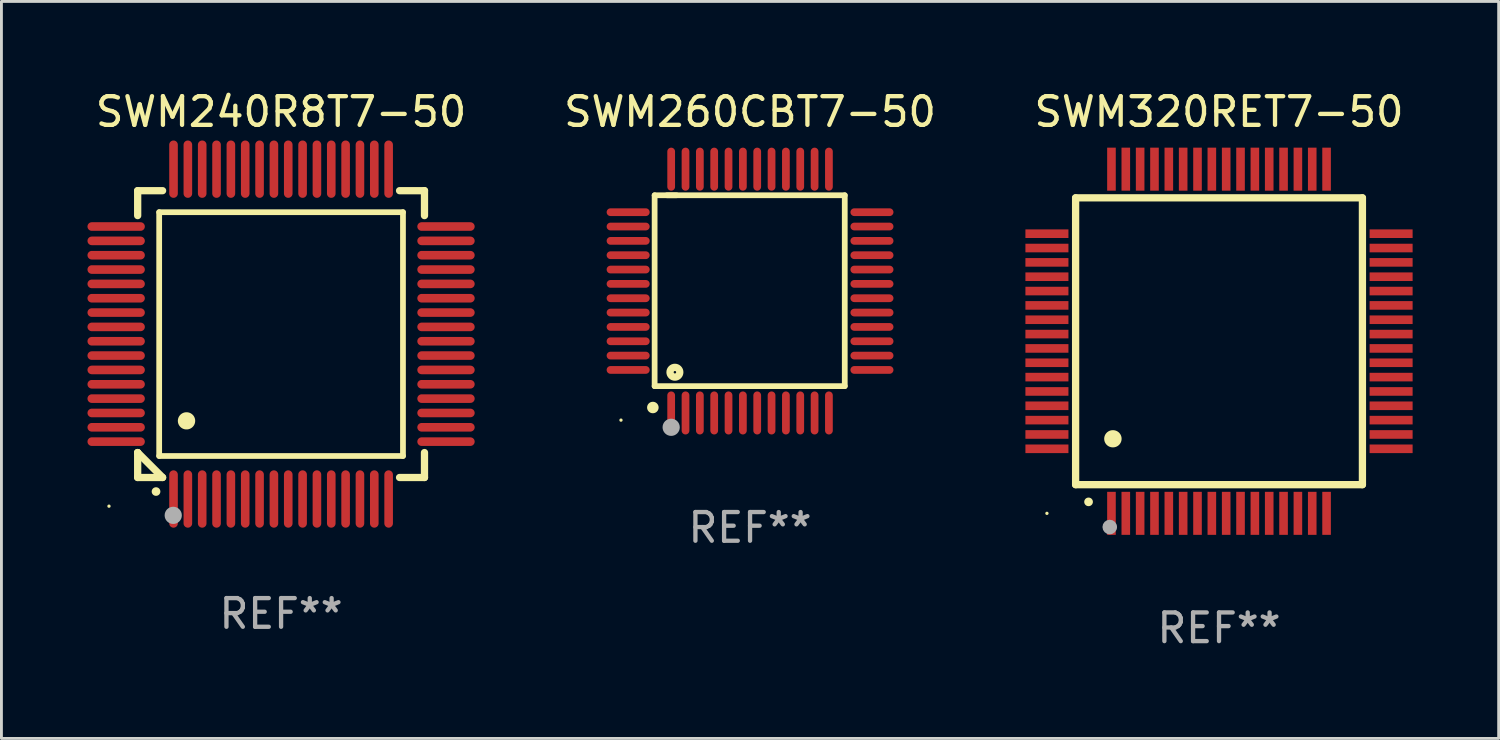
<source format=kicad_pcb>
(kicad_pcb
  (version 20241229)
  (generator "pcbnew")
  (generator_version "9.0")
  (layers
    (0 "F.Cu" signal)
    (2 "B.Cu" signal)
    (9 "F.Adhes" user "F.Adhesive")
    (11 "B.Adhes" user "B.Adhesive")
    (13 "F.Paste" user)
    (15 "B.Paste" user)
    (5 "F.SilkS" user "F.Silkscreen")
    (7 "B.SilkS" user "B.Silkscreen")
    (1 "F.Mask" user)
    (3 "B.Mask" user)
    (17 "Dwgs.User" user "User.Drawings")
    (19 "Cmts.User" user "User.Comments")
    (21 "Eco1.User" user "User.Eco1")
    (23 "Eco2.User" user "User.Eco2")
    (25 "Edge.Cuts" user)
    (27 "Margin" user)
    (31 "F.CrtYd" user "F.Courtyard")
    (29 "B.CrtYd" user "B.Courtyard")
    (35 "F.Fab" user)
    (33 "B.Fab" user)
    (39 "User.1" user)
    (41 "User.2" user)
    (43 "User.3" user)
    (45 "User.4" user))
  (footprint "SWM260CBT7-50"
    (layer "F.Cu")
    (at 23.101 7.098)
    (property "Reference" "SWM260CBT7-50" (at 0 -6.25 0) (layer "F.SilkS") (effects (font (size 1 1) (thickness 0.15))))
    (attr through_hole)
    (fp_line (start -3.327 -3.34) (end -2.565 -3.34) (stroke (width 0.2) (type solid)) (layer "F.SilkS"))
    (fp_line (start -3.327 3.315) (end -3.327 -3.34) (stroke (width 0.2) (type solid)) (layer "F.SilkS"))
    (fp_line (start -2.896 -3.34) (end 3.302 -3.34) (stroke (width 0.2) (type solid)) (layer "F.SilkS"))
    (fp_line (start 3.302 -3.34) (end 3.302 3.315) (stroke (width 0.2) (type solid)) (layer "F.SilkS"))
    (fp_line (start 3.302 3.315) (end -3.327 3.315) (stroke (width 0.2) (type solid)) (layer "F.SilkS"))
    (fp_arc (start -3.389992 4.059995) (mid -3.388722 4.059991) (end -3.387452 4.059995) (stroke (width 0.4) (type solid)) (layer "F.SilkS"))
    (fp_circle (center -4.5 4.5) (end -4.47 4.5) (stroke (width 0.06) (type solid)) (fill no) (layer "F.SilkS"))
    (fp_circle (center -2.62 2.83) (end -2.45 2.83) (stroke (width 0.254) (type solid)) (fill no) (layer "F.SilkS"))
    (fp_circle (center -2.75 4.75) (end -2.6 4.75) (stroke (width 0.3) (type solid)) (fill no) (layer "F.Fab"))
    (fp_text user "REF**" (at 0 8.25 0) (layer "F.Fab") (effects (font (size 1 1) (thickness 0.15))))
    (pad "1" smd oval (at -2.75 4.25) (size 0.27 1.5) (layers "F.Cu" "F.Mask" "F.Paste"))
    (pad "2" smd oval (at -2.25 4.25) (size 0.27 1.5) (layers "F.Cu" "F.Mask" "F.Paste"))
    (pad "3" smd oval (at -1.75 4.25) (size 0.27 1.5) (layers "F.Cu" "F.Mask" "F.Paste"))
    (pad "4" smd oval (at -1.25 4.25) (size 0.27 1.5) (layers "F.Cu" "F.Mask" "F.Paste"))
    (pad "5" smd oval (at -0.75 4.25) (size 0.27 1.5) (layers "F.Cu" "F.Mask" "F.Paste"))
    (pad "6" smd oval (at -0.25 4.25) (size 0.27 1.5) (layers "F.Cu" "F.Mask" "F.Paste"))
    (pad "7" smd oval (at 0.25 4.25) (size 0.27 1.5) (layers "F.Cu" "F.Mask" "F.Paste"))
    (pad "8" smd oval (at 0.75 4.25) (size 0.27 1.5) (layers "F.Cu" "F.Mask" "F.Paste"))
    (pad "9" smd oval (at 1.25 4.25) (size 0.27 1.5) (layers "F.Cu" "F.Mask" "F.Paste"))
    (pad "10" smd oval (at 1.75 4.25) (size 0.27 1.5) (layers "F.Cu" "F.Mask" "F.Paste"))
    (pad "11" smd oval (at 2.25 4.25) (size 0.27 1.5) (layers "F.Cu" "F.Mask" "F.Paste"))
    (pad "12" smd oval (at 2.75 4.25) (size 0.27 1.5) (layers "F.Cu" "F.Mask" "F.Paste"))
    (pad "13" smd oval (at 4.25 2.75) (size 1.5 0.27) (layers "F.Cu" "F.Mask" "F.Paste"))
    (pad "14" smd oval (at 4.25 2.25) (size 1.5 0.27) (layers "F.Cu" "F.Mask" "F.Paste"))
    (pad "15" smd oval (at 4.25 1.75) (size 1.5 0.27) (layers "F.Cu" "F.Mask" "F.Paste"))
    (pad "16" smd oval (at 4.25 1.25) (size 1.5 0.27) (layers "F.Cu" "F.Mask" "F.Paste"))
    (pad "17" smd oval (at 4.25 0.75) (size 1.5 0.27) (layers "F.Cu" "F.Mask" "F.Paste"))
    (pad "18" smd oval (at 4.25 0.25) (size 1.5 0.27) (layers "F.Cu" "F.Mask" "F.Paste"))
    (pad "19" smd oval (at 4.25 -0.25) (size 1.5 0.27) (layers "F.Cu" "F.Mask" "F.Paste"))
    (pad "20" smd oval (at 4.25 -0.75) (size 1.5 0.27) (layers "F.Cu" "F.Mask" "F.Paste"))
    (pad "21" smd oval (at 4.25 -1.25) (size 1.5 0.27) (layers "F.Cu" "F.Mask" "F.Paste"))
    (pad "22" smd oval (at 4.25 -1.75) (size 1.5 0.27) (layers "F.Cu" "F.Mask" "F.Paste"))
    (pad "23" smd oval (at 4.25 -2.25) (size 1.5 0.27) (layers "F.Cu" "F.Mask" "F.Paste"))
    (pad "24" smd oval (at 4.25 -2.75) (size 1.5 0.27) (layers "F.Cu" "F.Mask" "F.Paste"))
    (pad "25" smd oval (at 2.75 -4.25) (size 0.27 1.5) (layers "F.Cu" "F.Mask" "F.Paste"))
    (pad "26" smd oval (at 2.25 -4.25) (size 0.27 1.5) (layers "F.Cu" "F.Mask" "F.Paste"))
    (pad "27" smd oval (at 1.75 -4.25) (size 0.27 1.5) (layers "F.Cu" "F.Mask" "F.Paste"))
    (pad "28" smd oval (at 1.25 -4.25) (size 0.27 1.5) (layers "F.Cu" "F.Mask" "F.Paste"))
    (pad "29" smd oval (at 0.75 -4.25) (size 0.27 1.5) (layers "F.Cu" "F.Mask" "F.Paste"))
    (pad "30" smd oval (at 0.25 -4.25) (size 0.27 1.5) (layers "F.Cu" "F.Mask" "F.Paste"))
    (pad "31" smd oval (at -0.25 -4.25) (size 0.27 1.5) (layers "F.Cu" "F.Mask" "F.Paste"))
    (pad "32" smd oval (at -0.75 -4.25) (size 0.27 1.5) (layers "F.Cu" "F.Mask" "F.Paste"))
    (pad "33" smd oval (at -1.25 -4.25) (size 0.27 1.5) (layers "F.Cu" "F.Mask" "F.Paste"))
    (pad "34" smd oval (at -1.75 -4.25) (size 0.27 1.5) (layers "F.Cu" "F.Mask" "F.Paste"))
    (pad "35" smd oval (at -2.25 -4.25) (size 0.27 1.5) (layers "F.Cu" "F.Mask" "F.Paste"))
    (pad "36" smd oval (at -2.75 -4.25) (size 0.27 1.5) (layers "F.Cu" "F.Mask" "F.Paste"))
    (pad "37" smd oval (at -4.25 -2.75) (size 1.5 0.27) (layers "F.Cu" "F.Mask" "F.Paste"))
    (pad "38" smd oval (at -4.25 -2.25) (size 1.5 0.27) (layers "F.Cu" "F.Mask" "F.Paste"))
    (pad "39" smd oval (at -4.25 -1.75) (size 1.5 0.27) (layers "F.Cu" "F.Mask" "F.Paste"))
    (pad "40" smd oval (at -4.25 -1.25) (size 1.5 0.27) (layers "F.Cu" "F.Mask" "F.Paste"))
    (pad "41" smd oval (at -4.25 -0.75) (size 1.5 0.27) (layers "F.Cu" "F.Mask" "F.Paste"))
    (pad "42" smd oval (at -4.25 -0.25) (size 1.5 0.27) (layers "F.Cu" "F.Mask" "F.Paste"))
    (pad "43" smd oval (at -4.25 0.25) (size 1.5 0.27) (layers "F.Cu" "F.Mask" "F.Paste"))
    (pad "44" smd oval (at -4.25 0.75) (size 1.5 0.27) (layers "F.Cu" "F.Mask" "F.Paste"))
    (pad "45" smd oval (at -4.25 1.25) (size 1.5 0.27) (layers "F.Cu" "F.Mask" "F.Paste"))
    (pad "46" smd oval (at -4.25 1.75) (size 1.5 0.27) (layers "F.Cu" "F.Mask" "F.Paste"))
    (pad "47" smd oval (at -4.25 2.25) (size 1.5 0.27) (layers "F.Cu" "F.Mask" "F.Paste"))
    (pad "48" smd oval (at -4.25 2.75) (size 1.5 0.27) (layers "F.Cu" "F.Mask" "F.Paste")))
  (footprint "SWM320RET7-50"
    (layer "F.Cu")
    (at 39.452 8.848)
    (property "Reference" "SWM320RET7-50" (at 0 -8 0) (layer "F.SilkS") (effects (font (size 1 1) (thickness 0.15))))
    (attr through_hole)
    (fp_line (start -5 -5) (end -5 5) (stroke (width 0.254) (type solid)) (layer "F.SilkS"))
    (fp_line (start -5 -5) (end 5 -5) (stroke (width 0.254) (type solid)) (layer "F.SilkS"))
    (fp_line (start -5 5) (end 5 5) (stroke (width 0.254) (type solid)) (layer "F.SilkS"))
    (fp_line (start 5 -5) (end 5 5) (stroke (width 0.254) (type solid)) (layer "F.SilkS"))
    (fp_arc (start -4.549987 5.6) (mid -4.548717 5.599995) (end -4.547447 5.6) (stroke (width 0.3) (type solid)) (layer "F.SilkS"))
    (fp_arc (start -3.703835 3.400076) (mid -3.700025 3.400052) (end -3.696215 3.400076) (stroke (width 0.6) (type solid)) (layer "F.SilkS"))
    (fp_circle (center -6 6) (end -5.97 6) (stroke (width 0.06) (type solid)) (fill no) (layer "F.SilkS"))
    (fp_circle (center -3.81 6.477) (end -3.683 6.477) (stroke (width 0.254) (type solid)) (fill no) (layer "F.Fab"))
    (fp_text user "REF**" (at 0 10 0) (layer "F.Fab") (effects (font (size 1 1) (thickness 0.15))))
    (pad "1" smd rect (at -3.75 6 180) (size 0.3 1.5) (layers "F.Cu" "F.Mask" "F.Paste"))
    (pad "2" smd rect (at -3.25 6 180) (size 0.3 1.5) (layers "F.Cu" "F.Mask" "F.Paste"))
    (pad "3" smd rect (at -2.75 6 180) (size 0.3 1.5) (layers "F.Cu" "F.Mask" "F.Paste"))
    (pad "4" smd rect (at -2.25 6 180) (size 0.3 1.5) (layers "F.Cu" "F.Mask" "F.Paste"))
    (pad "5" smd rect (at -1.75 6 180) (size 0.3 1.5) (layers "F.Cu" "F.Mask" "F.Paste"))
    (pad "6" smd rect (at -1.25 6 180) (size 0.3 1.5) (layers "F.Cu" "F.Mask" "F.Paste"))
    (pad "7" smd rect (at -0.75 6 180) (size 0.3 1.5) (layers "F.Cu" "F.Mask" "F.Paste"))
    (pad "8" smd rect (at -0.25 6 180) (size 0.3 1.5) (layers "F.Cu" "F.Mask" "F.Paste"))
    (pad "9" smd rect (at 0.25 6 180) (size 0.3 1.5) (layers "F.Cu" "F.Mask" "F.Paste"))
    (pad "10" smd rect (at 0.75 6 180) (size 0.3 1.5) (layers "F.Cu" "F.Mask" "F.Paste"))
    (pad "11" smd rect (at 1.25 6 180) (size 0.3 1.5) (layers "F.Cu" "F.Mask" "F.Paste"))
    (pad "12" smd rect (at 1.75 6 180) (size 0.3 1.5) (layers "F.Cu" "F.Mask" "F.Paste"))
    (pad "13" smd rect (at 2.25 6 180) (size 0.3 1.5) (layers "F.Cu" "F.Mask" "F.Paste"))
    (pad "14" smd rect (at 2.75 6 180) (size 0.3 1.5) (layers "F.Cu" "F.Mask" "F.Paste"))
    (pad "15" smd rect (at 3.25 6 180) (size 0.3 1.5) (layers "F.Cu" "F.Mask" "F.Paste"))
    (pad "16" smd rect (at 3.75 6 180) (size 0.3 1.5) (layers "F.Cu" "F.Mask" "F.Paste"))
    (pad "17" smd rect (at 6 3.75 90) (size 0.3 1.5) (layers "F.Cu" "F.Mask" "F.Paste"))
    (pad "18" smd rect (at 6 3.25 90) (size 0.3 1.5) (layers "F.Cu" "F.Mask" "F.Paste"))
    (pad "19" smd rect (at 6 2.75 90) (size 0.3 1.5) (layers "F.Cu" "F.Mask" "F.Paste"))
    (pad "20" smd rect (at 6 2.25 90) (size 0.3 1.5) (layers "F.Cu" "F.Mask" "F.Paste"))
    (pad "21" smd rect (at 6 1.75 90) (size 0.3 1.5) (layers "F.Cu" "F.Mask" "F.Paste"))
    (pad "22" smd rect (at 6 1.25 90) (size 0.3 1.5) (layers "F.Cu" "F.Mask" "F.Paste"))
    (pad "23" smd rect (at 6 0.75 90) (size 0.3 1.5) (layers "F.Cu" "F.Mask" "F.Paste"))
    (pad "24" smd rect (at 6 0.25 90) (size 0.3 1.5) (layers "F.Cu" "F.Mask" "F.Paste"))
    (pad "25" smd rect (at 6 -0.25 90) (size 0.3 1.5) (layers "F.Cu" "F.Mask" "F.Paste"))
    (pad "26" smd rect (at 6 -0.75 90) (size 0.3 1.5) (layers "F.Cu" "F.Mask" "F.Paste"))
    (pad "27" smd rect (at 6 -1.25 90) (size 0.3 1.5) (layers "F.Cu" "F.Mask" "F.Paste"))
    (pad "28" smd rect (at 6 -1.75 90) (size 0.3 1.5) (layers "F.Cu" "F.Mask" "F.Paste"))
    (pad "29" smd rect (at 6 -2.25 90) (size 0.3 1.5) (layers "F.Cu" "F.Mask" "F.Paste"))
    (pad "30" smd rect (at 6 -2.75 90) (size 0.3 1.5) (layers "F.Cu" "F.Mask" "F.Paste"))
    (pad "31" smd rect (at 6 -3.25 90) (size 0.3 1.5) (layers "F.Cu" "F.Mask" "F.Paste"))
    (pad "32" smd rect (at 6 -3.75 90) (size 0.3 1.5) (layers "F.Cu" "F.Mask" "F.Paste"))
    (pad "33" smd rect (at 3.75 -6 180) (size 0.3 1.5) (layers "F.Cu" "F.Mask" "F.Paste"))
    (pad "34" smd rect (at 3.25 -6 180) (size 0.3 1.5) (layers "F.Cu" "F.Mask" "F.Paste"))
    (pad "35" smd rect (at 2.75 -6 180) (size 0.3 1.5) (layers "F.Cu" "F.Mask" "F.Paste"))
    (pad "36" smd rect (at 2.25 -6 180) (size 0.3 1.5) (layers "F.Cu" "F.Mask" "F.Paste"))
    (pad "37" smd rect (at 1.75 -6 180) (size 0.3 1.5) (layers "F.Cu" "F.Mask" "F.Paste"))
    (pad "38" smd rect (at 1.25 -6 180) (size 0.3 1.5) (layers "F.Cu" "F.Mask" "F.Paste"))
    (pad "39" smd rect (at 0.75 -6 180) (size 0.3 1.5) (layers "F.Cu" "F.Mask" "F.Paste"))
    (pad "40" smd rect (at 0.25 -6 180) (size 0.3 1.5) (layers "F.Cu" "F.Mask" "F.Paste"))
    (pad "41" smd rect (at -0.25 -6 180) (size 0.3 1.5) (layers "F.Cu" "F.Mask" "F.Paste"))
    (pad "42" smd rect (at -0.75 -6 180) (size 0.3 1.5) (layers "F.Cu" "F.Mask" "F.Paste"))
    (pad "43" smd rect (at -1.25 -6 180) (size 0.3 1.5) (layers "F.Cu" "F.Mask" "F.Paste"))
    (pad "44" smd rect (at -1.75 -6 180) (size 0.3 1.5) (layers "F.Cu" "F.Mask" "F.Paste"))
    (pad "45" smd rect (at -2.25 -6 180) (size 0.3 1.5) (layers "F.Cu" "F.Mask" "F.Paste"))
    (pad "46" smd rect (at -2.75 -6 180) (size 0.3 1.5) (layers "F.Cu" "F.Mask" "F.Paste"))
    (pad "47" smd rect (at -3.25 -6 180) (size 0.3 1.5) (layers "F.Cu" "F.Mask" "F.Paste"))
    (pad "48" smd rect (at -3.75 -6 180) (size 0.3 1.5) (layers "F.Cu" "F.Mask" "F.Paste"))
    (pad "49" smd rect (at -6 -3.75 90) (size 0.3 1.5) (layers "F.Cu" "F.Mask" "F.Paste"))
    (pad "50" smd rect (at -6 -3.25 90) (size 0.3 1.5) (layers "F.Cu" "F.Mask" "F.Paste"))
    (pad "51" smd rect (at -6 -2.75 90) (size 0.3 1.5) (layers "F.Cu" "F.Mask" "F.Paste"))
    (pad "52" smd rect (at -6 -2.25 90) (size 0.3 1.5) (layers "F.Cu" "F.Mask" "F.Paste"))
    (pad "53" smd rect (at -6 -1.75 90) (size 0.3 1.5) (layers "F.Cu" "F.Mask" "F.Paste"))
    (pad "54" smd rect (at -6 -1.25 90) (size 0.3 1.5) (layers "F.Cu" "F.Mask" "F.Paste"))
    (pad "55" smd rect (at -6 -0.75 90) (size 0.3 1.5) (layers "F.Cu" "F.Mask" "F.Paste"))
    (pad "56" smd rect (at -6 -0.25 90) (size 0.3 1.5) (layers "F.Cu" "F.Mask" "F.Paste"))
    (pad "57" smd rect (at -6 0.25 90) (size 0.3 1.5) (layers "F.Cu" "F.Mask" "F.Paste"))
    (pad "58" smd rect (at -6 0.75 90) (size 0.3 1.5) (layers "F.Cu" "F.Mask" "F.Paste"))
    (pad "59" smd rect (at -6 1.25 90) (size 0.3 1.5) (layers "F.Cu" "F.Mask" "F.Paste"))
    (pad "60" smd rect (at -6 1.75 90) (size 0.3 1.5) (layers "F.Cu" "F.Mask" "F.Paste"))
    (pad "61" smd rect (at -6 2.25 90) (size 0.3 1.5) (layers "F.Cu" "F.Mask" "F.Paste"))
    (pad "62" smd rect (at -6 2.75 90) (size 0.3 1.5) (layers "F.Cu" "F.Mask" "F.Paste"))
    (pad "63" smd rect (at -6 3.25 90) (size 0.3 1.5) (layers "F.Cu" "F.Mask" "F.Paste"))
    (pad "64" smd rect (at -6 3.75 90) (size 0.3 1.5) (layers "F.Cu" "F.Mask" "F.Paste")))
  (footprint "SWM240R8T7-50"
    (layer "F.Cu")
    (at 6.75 8.598)
    (property "Reference" "SWM240R8T7-50" (at 0 -7.75 0) (layer "F.SilkS") (effects (font (size 1 1) (thickness 0.15))))
    (attr through_hole)
    (fp_line (start -5 -5) (end -4.131 -5) (stroke (width 0.254) (type solid)) (layer "F.SilkS"))
    (fp_line (start -5 -4.131) (end -5 -5) (stroke (width 0.254) (type solid)) (layer "F.SilkS"))
    (fp_line (start -5 4.131) (end -5 4.131) (stroke (width 0.254) (type solid)) (layer "F.SilkS"))
    (fp_line (start -5 5) (end -5 4.131) (stroke (width 0.254) (type solid)) (layer "F.SilkS"))
    (fp_line (start -5 4.131) (end -4.131 5) (stroke (width 0.254) (type solid)) (layer "F.SilkS"))
    (fp_line (start -4.25 -4.25) (end -4.25 4.25) (stroke (width 0.2) (type solid)) (layer "F.SilkS"))
    (fp_line (start -4.25 4.25) (end 4.25 4.25) (stroke (width 0.2) (type solid)) (layer "F.SilkS"))
    (fp_line (start -4.131 5) (end -5 5) (stroke (width 0.254) (type solid)) (layer "F.SilkS"))
    (fp_line (start 4.25 -4.25) (end -4.25 -4.25) (stroke (width 0.2) (type solid)) (layer "F.SilkS"))
    (fp_line (start 4.25 4.25) (end 4.25 -4.25) (stroke (width 0.2) (type solid)) (layer "F.SilkS"))
    (fp_line (start 5 -5) (end 4.131 -5) (stroke (width 0.254) (type solid)) (layer "F.SilkS"))
    (fp_line (start 5 -5) (end 5 -4.131) (stroke (width 0.254) (type solid)) (layer "F.SilkS"))
    (fp_line (start 5 4.131) (end 5 5) (stroke (width 0.254) (type solid)) (layer "F.SilkS"))
    (fp_line (start 5 5) (end 4.131 5) (stroke (width 0.254) (type solid)) (layer "F.SilkS"))
    (fp_arc (start -4.361265 5.489992) (mid -4.359995 5.489987) (end -4.358725 5.489992) (stroke (width 0.3) (type solid)) (layer "F.SilkS"))
    (fp_arc (start -3.299467 3.025146) (mid -3.296927 3.025135) (end -3.294387 3.025146) (stroke (width 0.6) (type solid)) (layer "F.SilkS"))
    (fp_circle (center -6 6) (end -5.97 6) (stroke (width 0.06) (type solid)) (fill no) (layer "F.SilkS"))
    (fp_circle (center -3.76 6.32) (end -3.61 6.32) (stroke (width 0.3) (type solid)) (fill no) (layer "F.Fab"))
    (fp_text user "REF**" (at 0 9.75 0) (layer "F.Fab") (effects (font (size 1 1) (thickness 0.15))))
    (pad "1" smd oval (at -3.75 5.75) (size 0.3 2) (layers "F.Cu" "F.Mask" "F.Paste"))
    (pad "2" smd oval (at -3.25 5.75) (size 0.3 2) (layers "F.Cu" "F.Mask" "F.Paste"))
    (pad "3" smd oval (at -2.75 5.75) (size 0.3 2) (layers "F.Cu" "F.Mask" "F.Paste"))
    (pad "4" smd oval (at -2.25 5.75) (size 0.3 2) (layers "F.Cu" "F.Mask" "F.Paste"))
    (pad "5" smd oval (at -1.75 5.75) (size 0.3 2) (layers "F.Cu" "F.Mask" "F.Paste"))
    (pad "6" smd oval (at -1.25 5.75) (size 0.3 2) (layers "F.Cu" "F.Mask" "F.Paste"))
    (pad "7" smd oval (at -0.75 5.75) (size 0.3 2) (layers "F.Cu" "F.Mask" "F.Paste"))
    (pad "8" smd oval (at -0.25 5.75) (size 0.3 2) (layers "F.Cu" "F.Mask" "F.Paste"))
    (pad "9" smd oval (at 0.25 5.75) (size 0.3 2) (layers "F.Cu" "F.Mask" "F.Paste"))
    (pad "10" smd oval (at 0.75 5.75) (size 0.3 2) (layers "F.Cu" "F.Mask" "F.Paste"))
    (pad "11" smd oval (at 1.25 5.75) (size 0.3 2) (layers "F.Cu" "F.Mask" "F.Paste"))
    (pad "12" smd oval (at 1.75 5.75) (size 0.3 2) (layers "F.Cu" "F.Mask" "F.Paste"))
    (pad "13" smd oval (at 2.25 5.75) (size 0.3 2) (layers "F.Cu" "F.Mask" "F.Paste"))
    (pad "14" smd oval (at 2.75 5.75) (size 0.3 2) (layers "F.Cu" "F.Mask" "F.Paste"))
    (pad "15" smd oval (at 3.25 5.75) (size 0.3 2) (layers "F.Cu" "F.Mask" "F.Paste"))
    (pad "16" smd oval (at 3.75 5.75) (size 0.3 2) (layers "F.Cu" "F.Mask" "F.Paste"))
    (pad "17" smd oval (at 5.75 3.75) (size 2 0.3) (layers "F.Cu" "F.Mask" "F.Paste"))
    (pad "18" smd oval (at 5.75 3.25) (size 2 0.3) (layers "F.Cu" "F.Mask" "F.Paste"))
    (pad "19" smd oval (at 5.75 2.75) (size 2 0.3) (layers "F.Cu" "F.Mask" "F.Paste"))
    (pad "20" smd oval (at 5.75 2.25) (size 2 0.3) (layers "F.Cu" "F.Mask" "F.Paste"))
    (pad "21" smd oval (at 5.75 1.75) (size 2 0.3) (layers "F.Cu" "F.Mask" "F.Paste"))
    (pad "22" smd oval (at 5.75 1.25) (size 2 0.3) (layers "F.Cu" "F.Mask" "F.Paste"))
    (pad "23" smd oval (at 5.75 0.75) (size 2 0.3) (layers "F.Cu" "F.Mask" "F.Paste"))
    (pad "24" smd oval (at 5.75 0.25) (size 2 0.3) (layers "F.Cu" "F.Mask" "F.Paste"))
    (pad "25" smd oval (at 5.75 -0.25) (size 2 0.3) (layers "F.Cu" "F.Mask" "F.Paste"))
    (pad "26" smd oval (at 5.75 -0.75) (size 2 0.3) (layers "F.Cu" "F.Mask" "F.Paste"))
    (pad "27" smd oval (at 5.75 -1.25) (size 2 0.3) (layers "F.Cu" "F.Mask" "F.Paste"))
    (pad "28" smd oval (at 5.75 -1.75) (size 2 0.3) (layers "F.Cu" "F.Mask" "F.Paste"))
    (pad "29" smd oval (at 5.75 -2.25) (size 2 0.3) (layers "F.Cu" "F.Mask" "F.Paste"))
    (pad "30" smd oval (at 5.75 -2.75) (size 2 0.3) (layers "F.Cu" "F.Mask" "F.Paste"))
    (pad "31" smd oval (at 5.75 -3.25) (size 2 0.3) (layers "F.Cu" "F.Mask" "F.Paste"))
    (pad "32" smd oval (at 5.75 -3.75) (size 2 0.3) (layers "F.Cu" "F.Mask" "F.Paste"))
    (pad "33" smd oval (at 3.75 -5.75) (size 0.3 2) (layers "F.Cu" "F.Mask" "F.Paste"))
    (pad "34" smd oval (at 3.25 -5.75) (size 0.3 2) (layers "F.Cu" "F.Mask" "F.Paste"))
    (pad "35" smd oval (at 2.75 -5.75) (size 0.3 2) (layers "F.Cu" "F.Mask" "F.Paste"))
    (pad "36" smd oval (at 2.25 -5.75) (size 0.3 2) (layers "F.Cu" "F.Mask" "F.Paste"))
    (pad "37" smd oval (at 1.75 -5.75) (size 0.3 2) (layers "F.Cu" "F.Mask" "F.Paste"))
    (pad "38" smd oval (at 1.25 -5.75) (size 0.3 2) (layers "F.Cu" "F.Mask" "F.Paste"))
    (pad "39" smd oval (at 0.75 -5.75) (size 0.3 2) (layers "F.Cu" "F.Mask" "F.Paste"))
    (pad "40" smd oval (at 0.25 -5.75) (size 0.3 2) (layers "F.Cu" "F.Mask" "F.Paste"))
    (pad "41" smd oval (at -0.25 -5.75) (size 0.3 2) (layers "F.Cu" "F.Mask" "F.Paste"))
    (pad "42" smd oval (at -0.75 -5.75) (size 0.3 2) (layers "F.Cu" "F.Mask" "F.Paste"))
    (pad "43" smd oval (at -1.25 -5.75) (size 0.3 2) (layers "F.Cu" "F.Mask" "F.Paste"))
    (pad "44" smd oval (at -1.75 -5.75) (size 0.3 2) (layers "F.Cu" "F.Mask" "F.Paste"))
    (pad "45" smd oval (at -2.25 -5.75) (size 0.3 2) (layers "F.Cu" "F.Mask" "F.Paste"))
    (pad "46" smd oval (at -2.75 -5.75) (size 0.3 2) (layers "F.Cu" "F.Mask" "F.Paste"))
    (pad "47" smd oval (at -3.25 -5.75) (size 0.3 2) (layers "F.Cu" "F.Mask" "F.Paste"))
    (pad "48" smd oval (at -3.75 -5.75) (size 0.3 2) (layers "F.Cu" "F.Mask" "F.Paste"))
    (pad "49" smd oval (at -5.75 -3.75) (size 2 0.3) (layers "F.Cu" "F.Mask" "F.Paste"))
    (pad "50" smd oval (at -5.75 -3.25) (size 2 0.3) (layers "F.Cu" "F.Mask" "F.Paste"))
    (pad "51" smd oval (at -5.75 -2.75) (size 2 0.3) (layers "F.Cu" "F.Mask" "F.Paste"))
    (pad "52" smd oval (at -5.75 -2.25) (size 2 0.3) (layers "F.Cu" "F.Mask" "F.Paste"))
    (pad "53" smd oval (at -5.75 -1.75) (size 2 0.3) (layers "F.Cu" "F.Mask" "F.Paste"))
    (pad "54" smd oval (at -5.75 -1.25) (size 2 0.3) (layers "F.Cu" "F.Mask" "F.Paste"))
    (pad "55" smd oval (at -5.75 -0.75) (size 2 0.3) (layers "F.Cu" "F.Mask" "F.Paste"))
    (pad "56" smd oval (at -5.75 -0.25) (size 2 0.3) (layers "F.Cu" "F.Mask" "F.Paste"))
    (pad "57" smd oval (at -5.75 0.25) (size 2 0.3) (layers "F.Cu" "F.Mask" "F.Paste"))
    (pad "58" smd oval (at -5.75 0.75) (size 2 0.3) (layers "F.Cu" "F.Mask" "F.Paste"))
    (pad "59" smd oval (at -5.75 1.25) (size 2 0.3) (layers "F.Cu" "F.Mask" "F.Paste"))
    (pad "60" smd oval (at -5.75 1.75) (size 2 0.3) (layers "F.Cu" "F.Mask" "F.Paste"))
    (pad "61" smd oval (at -5.75 2.25) (size 2 0.3) (layers "F.Cu" "F.Mask" "F.Paste"))
    (pad "62" smd oval (at -5.75 2.75) (size 2 0.3) (layers "F.Cu" "F.Mask" "F.Paste"))
    (pad "63" smd oval (at -5.75 3.25) (size 2 0.3) (layers "F.Cu" "F.Mask" "F.Paste"))
    (pad "64" smd oval (at -5.75 3.75) (size 2 0.3) (layers "F.Cu" "F.Mask" "F.Paste")))
  (gr_rect
    (start -3 -3)
    (end 49.202 22.697)
    (stroke (width 0.1) (type default))
    (fill no)
    (layer "Edge.Cuts")))
</source>
